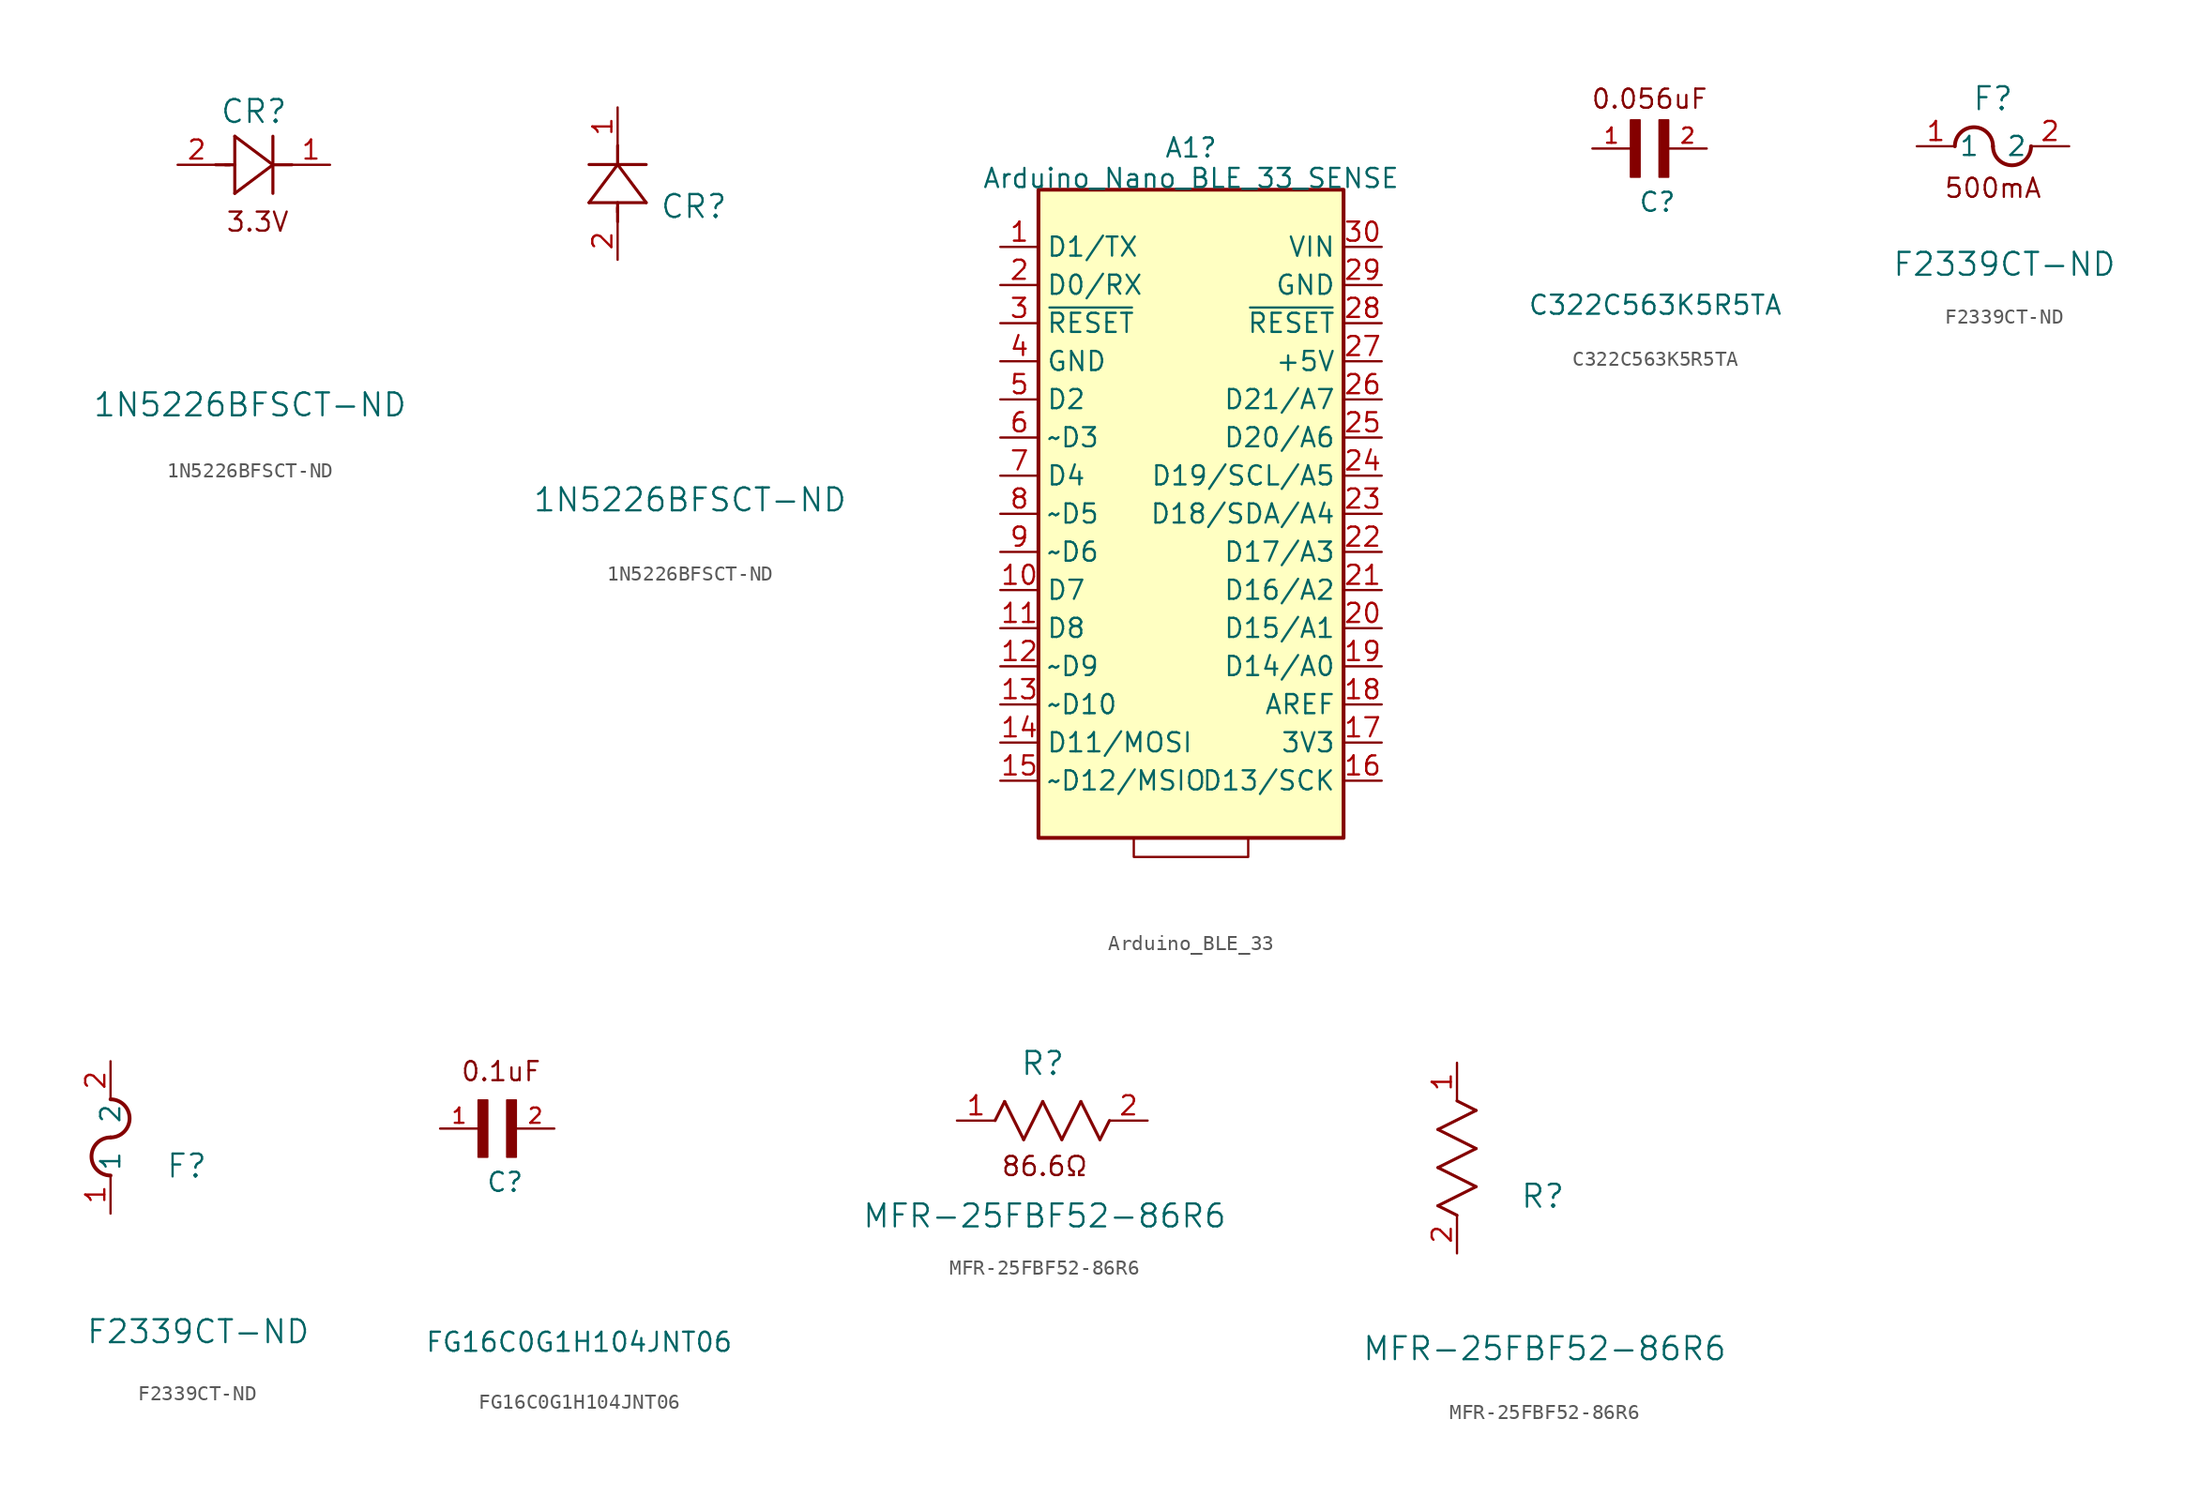
<source format=kicad_sym>
(kicad_symbol_lib
  (version 20231120)
  (generator "kicad_symbol_editor")
  (generator_version "8.0")
  (symbol "1N5226BFSCT-ND"
    (pin_names
      (offset 0.254))
    (property "Reference" "CR"
      (at 5.08 3.556 0)
      (effects (font (size 1.524 1.524))))
    (property "Value" "1N5226BFSCT-ND"
      (at 4.826 -16.002 0)
      (effects (font (size 1.524 1.524))))
    (symbol "1N5226BFSCT-ND_1_1"
      (polyline (pts (xy 2.54 0) (xy 3.48 0)) (stroke (width 0.203) (type default)) (fill (type none)))
      (polyline (pts (xy 3.175 0) (xy 3.81 0)) (stroke (width 0.203) (type default)) (fill (type none)))
      (polyline (pts (xy 3.81 -1.905) (xy 6.35 0)) (stroke (width 0.203) (type default)) (fill (type none)))
      (polyline (pts (xy 3.81 1.905) (xy 3.81 -1.905)) (stroke (width 0.203) (type default)) (fill (type none)))
      (polyline (pts (xy 6.35 -1.905) (xy 6.35 1.905)) (stroke (width 0.203) (type default)) (fill (type none)))
      (polyline (pts (xy 6.35 0) (xy 3.81 1.905)) (stroke (width 0.203) (type default)) (fill (type none)))
      (polyline (pts (xy 6.35 0) (xy 7.62 0)) (stroke (width 0.203) (type default)) (fill (type none)))
      (text "3.3V" (at 5.334 -3.81 0) (effects (font (size 1.27 1.27))))
      (pin unspecified line (at 10.16 0 180) (length 2.54) (name "" (effects (font (size 1.27 1.27)))) (number "1" (effects (font (size 1.27 1.27)))))
      (pin unspecified line (at 0 0 0) (length 2.54) (name "" (effects (font (size 1.27 1.27)))) (number "2" (effects (font (size 1.27 1.27))))))
    (symbol "1N5226BFSCT-ND_1_2"
      (polyline (pts (xy -1.905 3.81) (xy 1.905 3.81)) (stroke (width 0.203) (type default)) (fill (type none)))
      (polyline (pts (xy 0 2.54) (xy 0 3.48)) (stroke (width 0.203) (type default)) (fill (type none)))
      (polyline (pts (xy 0 3.175) (xy 0 3.81)) (stroke (width 0.203) (type default)) (fill (type none)))
      (polyline (pts (xy 0 6.35) (xy -1.905 3.81)) (stroke (width 0.203) (type default)) (fill (type none)))
      (polyline (pts (xy 0 6.35) (xy 0 7.62)) (stroke (width 0.203) (type default)) (fill (type none)))
      (polyline (pts (xy 1.905 3.81) (xy 0 6.35)) (stroke (width 0.203) (type default)) (fill (type none)))
      (polyline (pts (xy 1.905 6.35) (xy -1.905 6.35)) (stroke (width 0.203) (type default)) (fill (type none)))
      (pin unspecified line (at 0 10.16 270) (length 2.54) (name "" (effects (font (size 1.27 1.27)))) (number "1" (effects (font (size 1.27 1.27)))))
      (pin unspecified line (at 0 0 90) (length 2.54) (name "" (effects (font (size 1.27 1.27)))) (number "2" (effects (font (size 1.27 1.27)))))))
  (symbol "Arduino_BLE_33"
    (property "Reference" "A1"
      (at 0 25.654 0)
      (effects (font (size 1.27 1.27))))
    (property "Value" "Arduino_Nano_BLE_33_SENSE"
      (at 0 23.622 0)
      (effects (font (size 1.27 1.27))))
    (symbol "Arduino_BLE_33_0_1"
      (rectangle (start -10.16 22.86) (end 10.16 -20.32) (stroke (width 0.254) (type default)) (fill (type background)))
      (rectangle (start -3.81 -20.32) (end 3.81 -21.59) (stroke (width 0) (type default)) (fill (type none))))
    (symbol "Arduino_BLE_33_1_1"
      (pin bidirectional line (at -12.7 19.05 0) (length 2.54) (name "D1/TX" (effects (font (size 1.27 1.27)))) (number "1" (effects (font (size 1.27 1.27)))))
      (pin bidirectional line (at -12.7 -3.81 0) (length 2.54) (name "D7" (effects (font (size 1.27 1.27)))) (number "10" (effects (font (size 1.27 1.27)))))
      (pin bidirectional line (at -12.7 -6.35 0) (length 2.54) (name "D8" (effects (font (size 1.27 1.27)))) (number "11" (effects (font (size 1.27 1.27)))))
      (pin bidirectional line (at -12.7 -8.89 0) (length 2.54) (name "~D9" (effects (font (size 1.27 1.27)))) (number "12" (effects (font (size 1.27 1.27)))))
      (pin bidirectional line (at -12.7 -11.43 0) (length 2.54) (name "~D10" (effects (font (size 1.27 1.27)))) (number "13" (effects (font (size 1.27 1.27)))))
      (pin bidirectional line (at -12.7 -13.97 0) (length 2.54) (name "D11/MOSI" (effects (font (size 1.27 1.27)))) (number "14" (effects (font (size 1.27 1.27)))))
      (pin bidirectional line (at -12.7 -16.51 0) (length 2.54) (name "~D12/MSIO" (effects (font (size 1.27 1.27)))) (number "15" (effects (font (size 1.27 1.27)))))
      (pin bidirectional line (at 12.7 -16.51 180) (length 2.54) (name "D13/SCK" (effects (font (size 1.27 1.27)))) (number "16" (effects (font (size 1.27 1.27)))))
      (pin power_out line (at 12.7 -13.97 180) (length 2.54) (name "3V3" (effects (font (size 1.27 1.27)))) (number "17" (effects (font (size 1.27 1.27)))))
      (pin input line (at 12.7 -11.43 180) (length 2.54) (name "AREF" (effects (font (size 1.27 1.27)))) (number "18" (effects (font (size 1.27 1.27)))))
      (pin bidirectional line (at 12.7 -8.89 180) (length 2.54) (name "D14/A0" (effects (font (size 1.27 1.27)))) (number "19" (effects (font (size 1.27 1.27)))))
      (pin bidirectional line (at -12.7 16.51 0) (length 2.54) (name "D0/RX" (effects (font (size 1.27 1.27)))) (number "2" (effects (font (size 1.27 1.27)))))
      (pin bidirectional line (at 12.7 -6.35 180) (length 2.54) (name "D15/A1" (effects (font (size 1.27 1.27)))) (number "20" (effects (font (size 1.27 1.27)))))
      (pin bidirectional line (at 12.7 -3.81 180) (length 2.54) (name "D16/A2" (effects (font (size 1.27 1.27)))) (number "21" (effects (font (size 1.27 1.27)))))
      (pin bidirectional line (at 12.7 -1.27 180) (length 2.54) (name "D17/A3" (effects (font (size 1.27 1.27)))) (number "22" (effects (font (size 1.27 1.27)))))
      (pin bidirectional line (at 12.7 1.27 180) (length 2.54) (name "D18/SDA/A4" (effects (font (size 1.27 1.27)))) (number "23" (effects (font (size 1.27 1.27)))))
      (pin bidirectional line (at 12.7 3.81 180) (length 2.54) (name "D19/SCL/A5" (effects (font (size 1.27 1.27)))) (number "24" (effects (font (size 1.27 1.27)))))
      (pin bidirectional line (at 12.7 6.35 180) (length 2.54) (name "D20/A6" (effects (font (size 1.27 1.27)))) (number "25" (effects (font (size 1.27 1.27)))))
      (pin bidirectional line (at 12.7 8.89 180) (length 2.54) (name "D21/A7" (effects (font (size 1.27 1.27)))) (number "26" (effects (font (size 1.27 1.27)))))
      (pin power_out line (at 12.7 11.43 180) (length 2.54) (name "+5V" (effects (font (size 1.27 1.27)))) (number "27" (effects (font (size 1.27 1.27)))))
      (pin input line (at 12.7 13.97 180) (length 2.54) (name "~{RESET}" (effects (font (size 1.27 1.27)))) (number "28" (effects (font (size 1.27 1.27)))))
      (pin power_in line (at 12.7 16.51 180) (length 2.54) (name "GND" (effects (font (size 1.27 1.27)))) (number "29" (effects (font (size 1.27 1.27)))))
      (pin input line (at -12.7 13.97 0) (length 2.54) (name "~{RESET}" (effects (font (size 1.27 1.27)))) (number "3" (effects (font (size 1.27 1.27)))))
      (pin power_in line (at 12.7 19.05 180) (length 2.54) (name "VIN" (effects (font (size 1.27 1.27)))) (number "30" (effects (font (size 1.27 1.27)))))
      (pin power_in line (at -12.7 11.43 0) (length 2.54) (name "GND" (effects (font (size 1.27 1.27)))) (number "4" (effects (font (size 1.27 1.27)))))
      (pin bidirectional line (at -12.7 8.89 0) (length 2.54) (name "D2" (effects (font (size 1.27 1.27)))) (number "5" (effects (font (size 1.27 1.27)))))
      (pin bidirectional line (at -12.7 6.35 0) (length 2.54) (name "~D3" (effects (font (size 1.27 1.27)))) (number "6" (effects (font (size 1.27 1.27)))))
      (pin bidirectional line (at -12.7 3.81 0) (length 2.54) (name "D4" (effects (font (size 1.27 1.27)))) (number "7" (effects (font (size 1.27 1.27)))))
      (pin bidirectional line (at -12.7 1.27 0) (length 2.54) (name "~D5" (effects (font (size 1.27 1.27)))) (number "8" (effects (font (size 1.27 1.27)))))
      (pin bidirectional line (at -12.7 -1.27 0) (length 2.54) (name "~D6" (effects (font (size 1.27 1.27)))) (number "9" (effects (font (size 1.27 1.27)))))))
  (symbol "C322C563K5R5TA"
    (pin_names
      (offset 1.016))
    (property "Reference" "C"
      (at 0.508 -4.318 0)
      (effects (font (size 1.27 1.27)) (justify left bottom)))
    (property "Value" "C322C563K5R5TA"
      (at -6.858 -11.176 0)
      (effects (font (size 1.27 1.27)) (justify left bottom)))
    (symbol "C322C563K5R5TA_0_0"
      (rectangle (start 0 -1.907) (end 0.635 1.905) (stroke (width 0.1) (type default)) (fill (type outline)))
      (rectangle (start 1.907 -1.907) (end 2.54 1.905) (stroke (width 0.1) (type default)) (fill (type outline)))
      (pin passive line (at -2.54 0 0) (length 2.54) (name "~" (effects (font (size 1.016 1.016)))) (number "1" (effects (font (size 1.016 1.016)))))
      (pin passive line (at 5.08 0 180) (length 2.54) (name "~" (effects (font (size 1.016 1.016)))) (number "2" (effects (font (size 1.016 1.016))))))
    (symbol "C322C563K5R5TA_1_1"
      (text "0.056uF" (at 1.27 3.302 0) (effects (font (size 1.27 1.27))))))
  (symbol "F2339CT-ND"
    (pin_names
      (offset 0.254))
    (property "Reference" "F"
      (at 5.08 3.175 0)
      (effects (font (size 1.524 1.524))))
    (property "Value" "F2339CT-ND"
      (at 5.842 -7.874 0)
      (effects (font (size 1.524 1.524))))
    (symbol "F2339CT-ND_1_1"
      (arc (start 5.08 0) (mid 3.81 1.2645) (end 2.54 0) (stroke (width 0.254) (type default)) (fill (type none)))
      (arc (start 5.08 0) (mid 6.35 -1.2645) (end 7.62 0) (stroke (width 0.254) (type default)) (fill (type none)))
      (text "500mA" (at 5.08 -2.794 0) (effects (font (size 1.27 1.27))))
      (pin unspecified line (at 0 0 0) (length 2.54) (name "1" (effects (font (size 1.27 1.27)))) (number "1" (effects (font (size 1.27 1.27)))))
      (pin unspecified line (at 10.16 0 180) (length 2.54) (name "2" (effects (font (size 1.27 1.27)))) (number "2" (effects (font (size 1.27 1.27))))))
    (symbol "F2339CT-ND_1_2"
      (arc (start 0 5.08) (mid -1.2645 3.81) (end 0 2.54) (stroke (width 0.254) (type default)) (fill (type none)))
      (arc (start 0 5.08) (mid 1.2645 6.35) (end 0 7.62) (stroke (width 0.254) (type default)) (fill (type none)))
      (pin unspecified line (at 0 0 90) (length 2.54) (name "1" (effects (font (size 1.27 1.27)))) (number "1" (effects (font (size 1.27 1.27)))))
      (pin unspecified line (at 0 10.16 270) (length 2.54) (name "2" (effects (font (size 1.27 1.27)))) (number "2" (effects (font (size 1.27 1.27)))))))
  (symbol "FG16C0G1H104JNT06"
    (pin_names
      (offset 1.016))
    (property "Reference" "C"
      (at 0.508 -4.318 0)
      (effects (font (size 1.27 1.27)) (justify left bottom)))
    (property "Value" "FG16C0G1H104JNT06"
      (at -3.556 -14.986 0)
      (effects (font (size 1.27 1.27)) (justify left bottom)))
    (symbol "FG16C0G1H104JNT06_0_0"
      (rectangle (start 0 -1.907) (end 0.635 1.905) (stroke (width 0.1) (type default)) (fill (type outline)))
      (rectangle (start 1.907 -1.907) (end 2.54 1.905) (stroke (width 0.1) (type default)) (fill (type outline)))
      (pin passive line (at -2.54 0 0) (length 2.54) (name "~" (effects (font (size 1.016 1.016)))) (number "1" (effects (font (size 1.016 1.016)))))
      (pin passive line (at 5.08 0 180) (length 2.54) (name "~" (effects (font (size 1.016 1.016)))) (number "2" (effects (font (size 1.016 1.016))))))
    (symbol "FG16C0G1H104JNT06_1_1"
      (text "0.1uF" (at 1.524 3.81 0) (effects (font (size 1.27 1.27))))))
  (symbol "MFR-25FBF52-86R6"
    (pin_names
      (offset 0.254))
    (property "Reference" "R"
      (at 5.715 3.81 0)
      (effects (font (size 1.524 1.524))))
    (property "Value" "MFR-25FBF52-86R6"
      (at 5.842 -6.35 0)
      (effects (font (size 1.524 1.524))))
    (symbol "MFR-25FBF52-86R6_1_1"
      (polyline (pts (xy 2.54 0) (xy 3.175 1.27)) (stroke (width 0.203) (type default)) (fill (type none)))
      (polyline (pts (xy 3.175 1.27) (xy 4.445 -1.27)) (stroke (width 0.203) (type default)) (fill (type none)))
      (polyline (pts (xy 4.445 -1.27) (xy 5.715 1.27)) (stroke (width 0.203) (type default)) (fill (type none)))
      (polyline (pts (xy 5.715 1.27) (xy 6.985 -1.27)) (stroke (width 0.203) (type default)) (fill (type none)))
      (polyline (pts (xy 6.985 -1.27) (xy 8.255 1.27)) (stroke (width 0.203) (type default)) (fill (type none)))
      (polyline (pts (xy 8.255 1.27) (xy 9.525 -1.27)) (stroke (width 0.203) (type default)) (fill (type none)))
      (polyline (pts (xy 9.525 -1.27) (xy 10.16 0)) (stroke (width 0.203) (type default)) (fill (type none)))
      (text "86.6Ω" (at 5.842 -3.048 0) (effects (font (size 1.27 1.27))))
      (pin unspecified line (at 0 0 0) (length 2.54) (name "" (effects (font (size 1.27 1.27)))) (number "1" (effects (font (size 1.27 1.27)))))
      (pin unspecified line (at 12.7 0 180) (length 2.54) (name "" (effects (font (size 1.27 1.27)))) (number "2" (effects (font (size 1.27 1.27))))))
    (symbol "MFR-25FBF52-86R6_1_2"
      (polyline (pts (xy -1.27 3.175) (xy 1.27 4.445)) (stroke (width 0.203) (type default)) (fill (type none)))
      (polyline (pts (xy -1.27 5.715) (xy 1.27 6.985)) (stroke (width 0.203) (type default)) (fill (type none)))
      (polyline (pts (xy -1.27 8.255) (xy 1.27 9.525)) (stroke (width 0.203) (type default)) (fill (type none)))
      (polyline (pts (xy 0 2.54) (xy -1.27 3.175)) (stroke (width 0.203) (type default)) (fill (type none)))
      (polyline (pts (xy 1.27 4.445) (xy -1.27 5.715)) (stroke (width 0.203) (type default)) (fill (type none)))
      (polyline (pts (xy 1.27 6.985) (xy -1.27 8.255)) (stroke (width 0.203) (type default)) (fill (type none)))
      (polyline (pts (xy 1.27 9.525) (xy 0 10.16)) (stroke (width 0.203) (type default)) (fill (type none)))
      (pin unspecified line (at 0 12.7 270) (length 2.54) (name "" (effects (font (size 1.27 1.27)))) (number "1" (effects (font (size 1.27 1.27)))))
      (pin unspecified line (at 0 0 90) (length 2.54) (name "" (effects (font (size 1.27 1.27)))) (number "2" (effects (font (size 1.27 1.27))))))))
</source>
